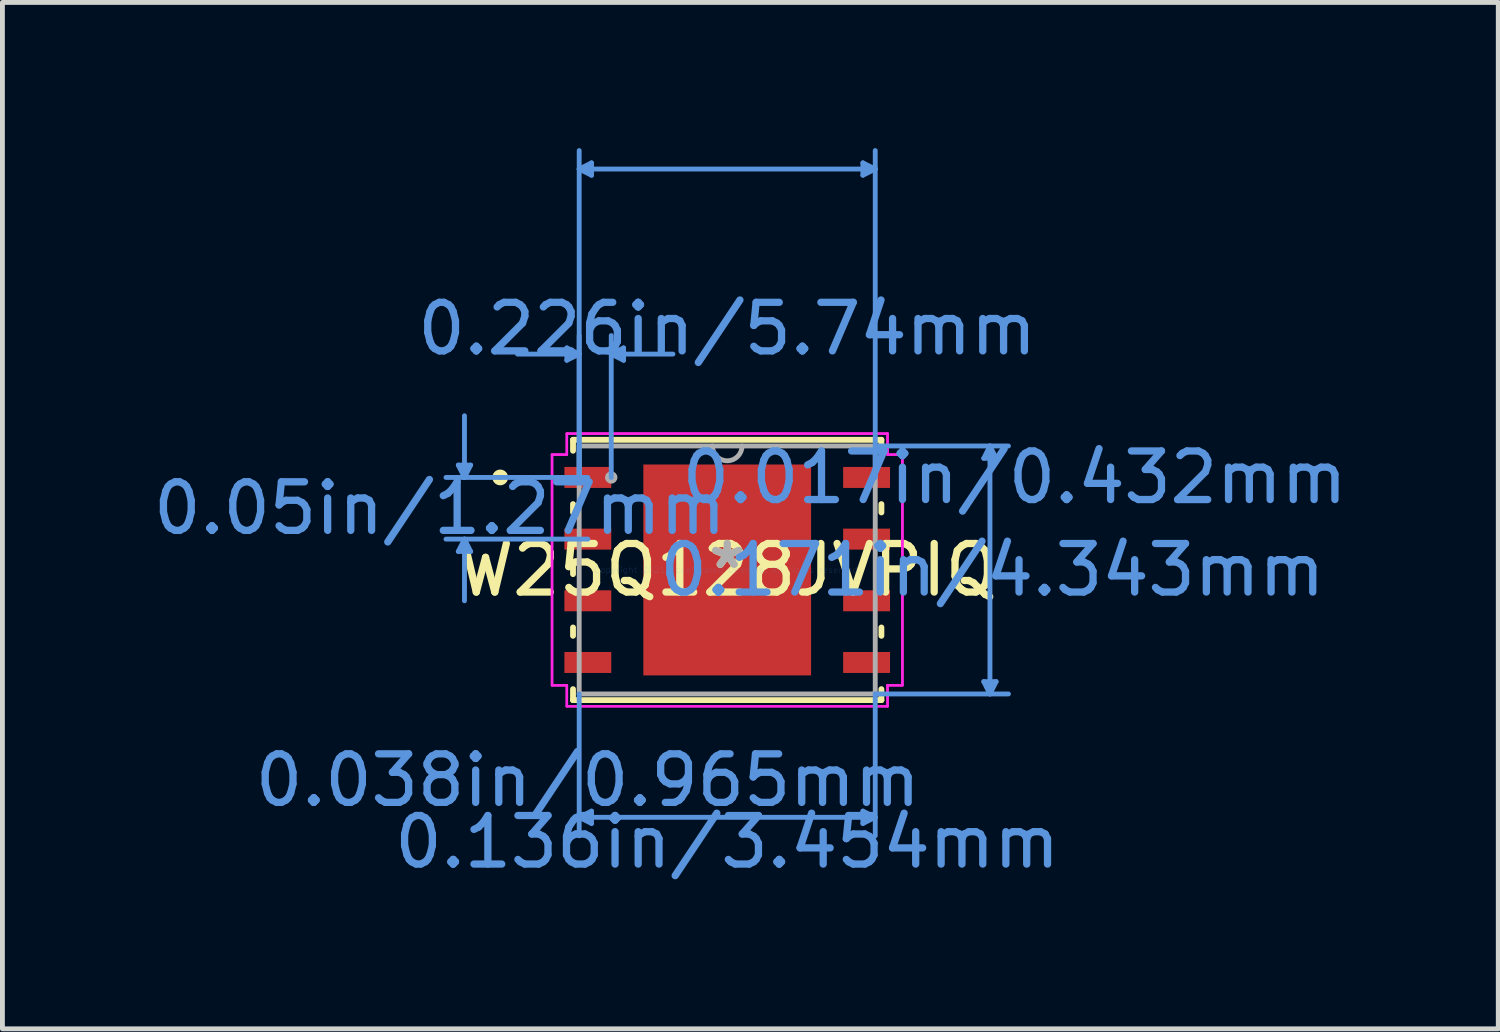
<source format=kicad_pcb>
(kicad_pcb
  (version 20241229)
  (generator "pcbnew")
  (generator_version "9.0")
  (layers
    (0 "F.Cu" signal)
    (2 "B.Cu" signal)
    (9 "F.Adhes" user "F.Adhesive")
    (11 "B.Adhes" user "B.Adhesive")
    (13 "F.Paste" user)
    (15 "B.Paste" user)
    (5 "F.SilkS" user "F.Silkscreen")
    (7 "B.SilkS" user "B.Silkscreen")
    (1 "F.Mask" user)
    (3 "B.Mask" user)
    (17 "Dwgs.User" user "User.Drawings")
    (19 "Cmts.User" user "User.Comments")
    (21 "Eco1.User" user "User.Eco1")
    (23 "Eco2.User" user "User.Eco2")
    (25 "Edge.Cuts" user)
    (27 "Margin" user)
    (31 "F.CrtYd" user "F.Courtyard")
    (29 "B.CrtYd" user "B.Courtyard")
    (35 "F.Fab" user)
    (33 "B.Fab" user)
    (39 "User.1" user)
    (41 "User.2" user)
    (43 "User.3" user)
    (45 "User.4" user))
  (footprint "W25Q128JVPIQ"
    (layer "F.Cu")
    (at 11.924 8.686)
    (property "Reference" "W25Q128JVPIQ" (at 0 0 0) (layer "F.SilkS") (effects (font (size 1 1) (thickness 0.15))))
    (attr through_hole)
    (fp_line (start -3.175 -2.68) (end -3.175 -2.454) (stroke (width 0.12) (type solid)) (layer "F.SilkS"))
    (fp_line (start -3.175 -1.356) (end -3.175 -1.184) (stroke (width 0.12) (type solid)) (layer "F.SilkS"))
    (fp_line (start -3.175 -0.086) (end -3.175 0.086) (stroke (width 0.12) (type solid)) (layer "F.SilkS"))
    (fp_line (start -3.175 1.184) (end -3.175 1.356) (stroke (width 0.12) (type solid)) (layer "F.SilkS"))
    (fp_line (start -3.175 2.454) (end -3.175 2.68) (stroke (width 0.12) (type solid)) (layer "F.SilkS"))
    (fp_line (start -3.175 2.68) (end 3.175 2.68) (stroke (width 0.12) (type solid)) (layer "F.SilkS"))
    (fp_line (start 3.175 -2.68) (end -3.175 -2.68) (stroke (width 0.12) (type solid)) (layer "F.SilkS"))
    (fp_line (start 3.175 -2.454) (end 3.175 -2.68) (stroke (width 0.12) (type solid)) (layer "F.SilkS"))
    (fp_line (start 3.175 -1.184) (end 3.175 -1.356) (stroke (width 0.12) (type solid)) (layer "F.SilkS"))
    (fp_line (start 3.175 0.086) (end 3.175 -0.086) (stroke (width 0.12) (type solid)) (layer "F.SilkS"))
    (fp_line (start 3.175 1.356) (end 3.175 1.184) (stroke (width 0.12) (type solid)) (layer "F.SilkS"))
    (fp_line (start 3.175 2.68) (end 3.175 2.454) (stroke (width 0.12) (type solid)) (layer "F.SilkS"))
    (fp_circle (center -4.674 -1.905) (end -4.572 -1.905) (stroke (width 0.12) (type solid)) (fill no) (layer "F.SilkS"))
    (fp_poly (pts (xy -1.627 -2.072) (xy -1.627 -0.824) (xy -0.1 -0.824) (xy -0.1 -2.072)) (stroke (width 0.1) (type solid)) (fill yes) (layer "F.Paste"))
    (fp_poly (pts (xy -1.627 -0.624) (xy -1.627 0.624) (xy -0.1 0.624) (xy -0.1 -0.624)) (stroke (width 0.1) (type solid)) (fill yes) (layer "F.Paste"))
    (fp_poly (pts (xy -1.627 0.824) (xy -1.627 2.072) (xy -0.1 2.072) (xy -0.1 0.824)) (stroke (width 0.1) (type solid)) (fill yes) (layer "F.Paste"))
    (fp_poly (pts (xy 0.1 -2.072) (xy 0.1 -0.824) (xy 1.627 -0.824) (xy 1.627 -2.072)) (stroke (width 0.1) (type solid)) (fill yes) (layer "F.Paste"))
    (fp_poly (pts (xy 0.1 -0.624) (xy 0.1 0.624) (xy 1.627 0.624) (xy 1.627 -0.624)) (stroke (width 0.1) (type solid)) (fill yes) (layer "F.Paste"))
    (fp_poly (pts (xy 0.1 0.824) (xy 0.1 2.072) (xy 1.627 2.072) (xy 1.627 0.824)) (stroke (width 0.1) (type solid)) (fill yes) (layer "F.Paste"))
    (fp_line (start -5.537 -2.159) (end -5.283 -2.159) (stroke (width 0.1) (type solid)) (layer "Cmts.User"))
    (fp_line (start -5.537 -0.381) (end -5.283 -0.381) (stroke (width 0.1) (type solid)) (layer "Cmts.User"))
    (fp_line (start -5.41 -1.905) (end -5.537 -2.159) (stroke (width 0.1) (type solid)) (layer "Cmts.User"))
    (fp_line (start -5.41 -1.905) (end -5.41 -3.175) (stroke (width 0.1) (type solid)) (layer "Cmts.User"))
    (fp_line (start -5.41 -1.905) (end -5.283 -2.159) (stroke (width 0.1) (type solid)) (layer "Cmts.User"))
    (fp_line (start -5.41 -0.635) (end -5.537 -0.381) (stroke (width 0.1) (type solid)) (layer "Cmts.User"))
    (fp_line (start -5.41 -0.635) (end -5.41 0.635) (stroke (width 0.1) (type solid)) (layer "Cmts.User"))
    (fp_line (start -5.41 -0.635) (end -5.283 -0.381) (stroke (width 0.1) (type solid)) (layer "Cmts.User"))
    (fp_line (start -3.302 -4.572) (end -3.302 -4.318) (stroke (width 0.1) (type solid)) (layer "Cmts.User"))
    (fp_line (start -3.048 -8.255) (end -2.794 -8.382) (stroke (width 0.1) (type solid)) (layer "Cmts.User"))
    (fp_line (start -3.048 -8.255) (end -2.794 -8.128) (stroke (width 0.1) (type solid)) (layer "Cmts.User"))
    (fp_line (start -3.048 -8.255) (end 3.048 -8.255) (stroke (width 0.1) (type solid)) (layer "Cmts.User"))
    (fp_line (start -3.048 -4.445) (end -4.318 -4.445) (stroke (width 0.1) (type solid)) (layer "Cmts.User"))
    (fp_line (start -3.048 -4.445) (end -3.302 -4.572) (stroke (width 0.1) (type solid)) (layer "Cmts.User"))
    (fp_line (start -3.048 -4.445) (end -3.302 -4.318) (stroke (width 0.1) (type solid)) (layer "Cmts.User"))
    (fp_line (start -3.048 -1.905) (end -3.048 -8.636) (stroke (width 0.1) (type solid)) (layer "Cmts.User"))
    (fp_line (start -3.048 -1.905) (end -3.048 -4.826) (stroke (width 0.1) (type solid)) (layer "Cmts.User"))
    (fp_line (start -3.048 2.553) (end -3.048 5.474) (stroke (width 0.1) (type solid)) (layer "Cmts.User"))
    (fp_line (start -3.048 5.093) (end -2.794 4.966) (stroke (width 0.1) (type solid)) (layer "Cmts.User"))
    (fp_line (start -3.048 5.093) (end -2.794 5.22) (stroke (width 0.1) (type solid)) (layer "Cmts.User"))
    (fp_line (start -3.048 5.093) (end 3.048 5.093) (stroke (width 0.1) (type solid)) (layer "Cmts.User"))
    (fp_line (start -2.87 -1.905) (end -5.791 -1.905) (stroke (width 0.1) (type solid)) (layer "Cmts.User"))
    (fp_line (start -2.87 -0.635) (end -5.791 -0.635) (stroke (width 0.1) (type solid)) (layer "Cmts.User"))
    (fp_line (start -2.794 -8.382) (end -2.794 -8.128) (stroke (width 0.1) (type solid)) (layer "Cmts.User"))
    (fp_line (start -2.794 4.966) (end -2.794 5.22) (stroke (width 0.1) (type solid)) (layer "Cmts.User"))
    (fp_line (start -2.388 -4.445) (end -2.134 -4.572) (stroke (width 0.1) (type solid)) (layer "Cmts.User"))
    (fp_line (start -2.388 -4.445) (end -2.134 -4.318) (stroke (width 0.1) (type solid)) (layer "Cmts.User"))
    (fp_line (start -2.388 -4.445) (end -1.118 -4.445) (stroke (width 0.1) (type solid)) (layer "Cmts.User"))
    (fp_line (start -2.388 -1.905) (end -2.388 -4.826) (stroke (width 0.1) (type solid)) (layer "Cmts.User"))
    (fp_line (start -2.134 -4.572) (end -2.134 -4.318) (stroke (width 0.1) (type solid)) (layer "Cmts.User"))
    (fp_line (start 2.794 -8.382) (end 2.794 -8.128) (stroke (width 0.1) (type solid)) (layer "Cmts.User"))
    (fp_line (start 2.794 4.966) (end 2.794 5.22) (stroke (width 0.1) (type solid)) (layer "Cmts.User"))
    (fp_line (start 3.048 -8.255) (end 2.794 -8.382) (stroke (width 0.1) (type solid)) (layer "Cmts.User"))
    (fp_line (start 3.048 -8.255) (end 2.794 -8.128) (stroke (width 0.1) (type solid)) (layer "Cmts.User"))
    (fp_line (start 3.048 -2.553) (end 5.791 -2.553) (stroke (width 0.1) (type solid)) (layer "Cmts.User"))
    (fp_line (start 3.048 -1.905) (end 3.048 -8.636) (stroke (width 0.1) (type solid)) (layer "Cmts.User"))
    (fp_line (start 3.048 2.553) (end 3.048 5.474) (stroke (width 0.1) (type solid)) (layer "Cmts.User"))
    (fp_line (start 3.048 2.553) (end 5.791 2.553) (stroke (width 0.1) (type solid)) (layer "Cmts.User"))
    (fp_line (start 3.048 5.093) (end 2.794 4.966) (stroke (width 0.1) (type solid)) (layer "Cmts.User"))
    (fp_line (start 3.048 5.093) (end 2.794 5.22) (stroke (width 0.1) (type solid)) (layer "Cmts.User"))
    (fp_line (start 5.283 -2.299) (end 5.537 -2.299) (stroke (width 0.1) (type solid)) (layer "Cmts.User"))
    (fp_line (start 5.283 2.299) (end 5.537 2.299) (stroke (width 0.1) (type solid)) (layer "Cmts.User"))
    (fp_line (start 5.41 -2.553) (end 5.283 -2.299) (stroke (width 0.1) (type solid)) (layer "Cmts.User"))
    (fp_line (start 5.41 -2.553) (end 5.41 2.553) (stroke (width 0.1) (type solid)) (layer "Cmts.User"))
    (fp_line (start 5.41 -2.553) (end 5.537 -2.299) (stroke (width 0.1) (type solid)) (layer "Cmts.User"))
    (fp_line (start 5.41 2.553) (end 5.283 2.299) (stroke (width 0.1) (type solid)) (layer "Cmts.User"))
    (fp_line (start 5.41 2.553) (end 5.537 2.299) (stroke (width 0.1) (type solid)) (layer "Cmts.User"))
    (fp_line (start -3.607 -2.375) (end -3.302 -2.375) (stroke (width 0.05) (type solid)) (layer "F.CrtYd"))
    (fp_line (start -3.607 -2.375) (end -3.302 -2.375) (stroke (width 0.05) (type solid)) (layer "F.CrtYd"))
    (fp_line (start -3.607 2.375) (end -3.607 -2.375) (stroke (width 0.05) (type solid)) (layer "F.CrtYd"))
    (fp_line (start -3.607 2.375) (end -3.607 -2.375) (stroke (width 0.05) (type solid)) (layer "F.CrtYd"))
    (fp_line (start -3.607 2.375) (end -3.302 2.375) (stroke (width 0.05) (type solid)) (layer "F.CrtYd"))
    (fp_line (start -3.302 -2.807) (end 3.302 -2.807) (stroke (width 0.05) (type solid)) (layer "F.CrtYd"))
    (fp_line (start -3.302 -2.807) (end 3.302 -2.807) (stroke (width 0.05) (type solid)) (layer "F.CrtYd"))
    (fp_line (start -3.302 -2.375) (end -3.302 -2.807) (stroke (width 0.05) (type solid)) (layer "F.CrtYd"))
    (fp_line (start -3.302 -2.375) (end -3.302 -2.807) (stroke (width 0.05) (type solid)) (layer "F.CrtYd"))
    (fp_line (start -3.302 2.375) (end -3.607 2.375) (stroke (width 0.05) (type solid)) (layer "F.CrtYd"))
    (fp_line (start -3.302 2.807) (end -3.302 2.375) (stroke (width 0.05) (type solid)) (layer "F.CrtYd"))
    (fp_line (start -3.302 2.807) (end -3.302 2.375) (stroke (width 0.05) (type solid)) (layer "F.CrtYd"))
    (fp_line (start 3.302 -2.807) (end 3.302 -2.375) (stroke (width 0.05) (type solid)) (layer "F.CrtYd"))
    (fp_line (start 3.302 -2.807) (end 3.302 -2.375) (stroke (width 0.05) (type solid)) (layer "F.CrtYd"))
    (fp_line (start 3.302 -2.375) (end 3.607 -2.375) (stroke (width 0.05) (type solid)) (layer "F.CrtYd"))
    (fp_line (start 3.302 2.375) (end 3.302 2.807) (stroke (width 0.05) (type solid)) (layer "F.CrtYd"))
    (fp_line (start 3.302 2.375) (end 3.302 2.807) (stroke (width 0.05) (type solid)) (layer "F.CrtYd"))
    (fp_line (start 3.302 2.807) (end -3.302 2.807) (stroke (width 0.05) (type solid)) (layer "F.CrtYd"))
    (fp_line (start 3.302 2.807) (end -3.302 2.807) (stroke (width 0.05) (type solid)) (layer "F.CrtYd"))
    (fp_line (start 3.607 -2.375) (end 3.302 -2.375) (stroke (width 0.05) (type solid)) (layer "F.CrtYd"))
    (fp_line (start 3.607 -2.375) (end 3.607 2.375) (stroke (width 0.05) (type solid)) (layer "F.CrtYd"))
    (fp_line (start 3.607 -2.375) (end 3.607 2.375) (stroke (width 0.05) (type solid)) (layer "F.CrtYd"))
    (fp_line (start 3.607 2.375) (end 3.302 2.375) (stroke (width 0.05) (type solid)) (layer "F.CrtYd"))
    (fp_line (start 3.607 2.375) (end 3.302 2.375) (stroke (width 0.05) (type solid)) (layer "F.CrtYd"))
    (fp_line (start -3.048 -2.553) (end -3.048 2.553) (stroke (width 0.1) (type solid)) (layer "F.Fab"))
    (fp_line (start -3.048 2.553) (end 3.048 2.553) (stroke (width 0.1) (type solid)) (layer "F.Fab"))
    (fp_line (start 3.048 -2.553) (end -3.048 -2.553) (stroke (width 0.1) (type solid)) (layer "F.Fab"))
    (fp_line (start 3.048 2.553) (end 3.048 -2.553) (stroke (width 0.1) (type solid)) (layer "F.Fab"))
    (fp_arc (start 0.3048 -2.5527) (mid 0 -2.2479) (end -0.3048 -2.5527) (stroke (width 0.1) (type solid)) (layer "F.Fab"))
    (fp_circle (center -2.388 -1.905) (end -2.311 -1.905) (stroke (width 0.1) (type solid)) (fill no) (layer "F.Fab"))
    (fp_text user "*" (at 0 0 0) (layer "F.SilkS") (effects (font (size 1 1) (thickness 0.15))))
    (fp_text user "0.136in/3.454mm" (at 0 5.601 0) (layer "Cmts.User") (effects (font (size 1 1) (thickness 0.15))))
    (fp_text user "0.05in/1.27mm" (at -5.918 -1.27 0) (layer "Cmts.User") (effects (font (size 1 1) (thickness 0.15))))
    (fp_text user "0.017in/0.432mm" (at 5.918 -1.905 0) (layer "Cmts.User") (effects (font (size 1 1) (thickness 0.15))))
    (fp_text user "0.171in/4.343mm" (at 5.461 0 0) (layer "Cmts.User") (effects (font (size 1 1) (thickness 0.15))))
    (fp_text user "Copyright 2021 Accelerated Designs. All rights reserved." (at 0 0 0) (layer "Cmts.User") (effects (font (size 0.127 0.127) (thickness 0.002))))
    (fp_text user "0.226in/5.74mm" (at 0 -4.966 0) (layer "Cmts.User") (effects (font (size 1 1) (thickness 0.15))))
    (fp_text user "0.038in/0.965mm" (at -2.87 4.331 0) (layer "Cmts.User") (effects (font (size 1 1) (thickness 0.15))))
    (fp_text user "*" (at 0 0 0) (layer "F.Fab") (effects (font (size 1 1) (thickness 0.15))))
    (pad "1" smd rect (at -2.87 -1.905) (size 0.965 0.432) (layers "F.Cu" "F.Mask" "F.Paste"))
    (pad "2" smd rect (at -2.87 -0.635) (size 0.965 0.432) (layers "F.Cu" "F.Mask" "F.Paste"))
    (pad "3" smd rect (at -2.87 0.635) (size 0.965 0.432) (layers "F.Cu" "F.Mask" "F.Paste"))
    (pad "4" smd rect (at -2.87 1.905) (size 0.965 0.432) (layers "F.Cu" "F.Mask" "F.Paste"))
    (pad "5" smd rect (at 2.87 1.905) (size 0.965 0.432) (layers "F.Cu" "F.Mask" "F.Paste"))
    (pad "6" smd rect (at 2.87 0.635) (size 0.965 0.432) (layers "F.Cu" "F.Mask" "F.Paste"))
    (pad "7" smd rect (at 2.87 -0.635) (size 0.965 0.432) (layers "F.Cu" "F.Mask" "F.Paste"))
    (pad "8" smd rect (at 2.87 -1.905) (size 0.965 0.432) (layers "F.Cu" "F.Mask" "F.Paste"))
    (pad "9" smd rect (at 0 0) (size 3.454 4.343) (layers "F.Cu" "F.Mask" "F.Paste")))
  (gr_rect
    (start -3 -3)
    (end 27.801 18.135)
    (stroke (width 0.1) (type default))
    (fill no)
    (layer "Edge.Cuts")))
</source>
